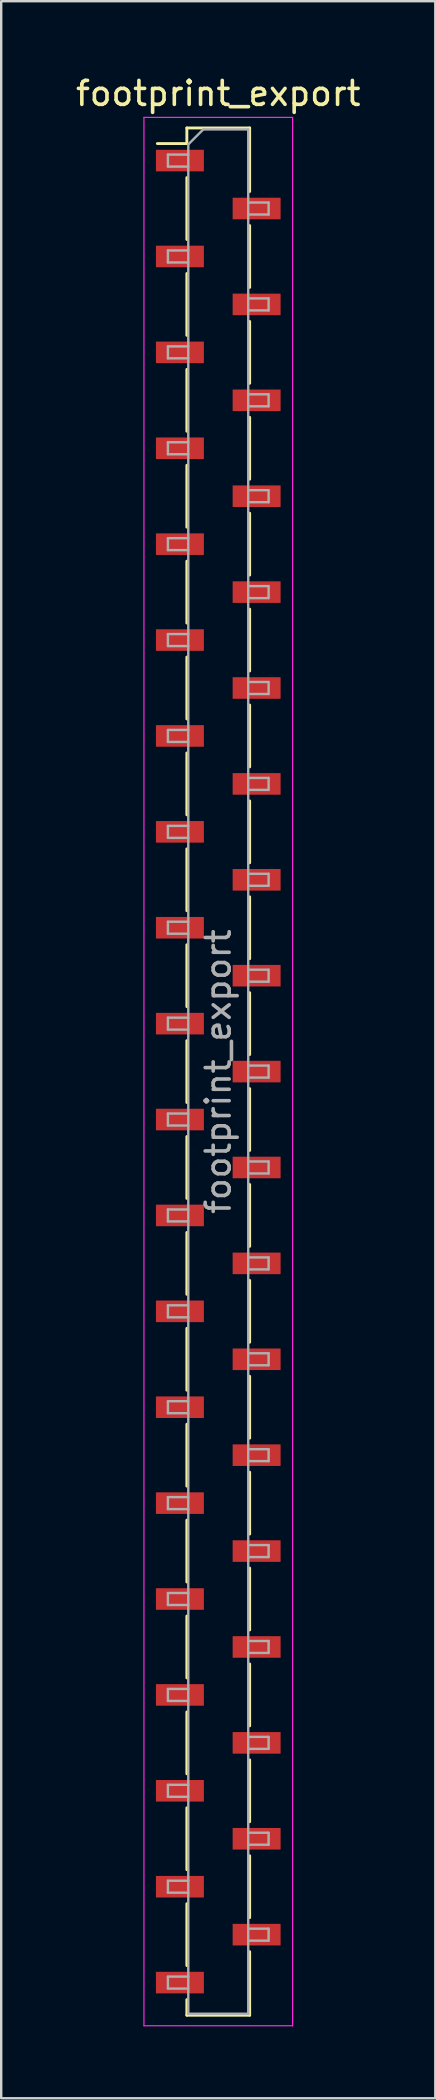
<source format=kicad_pcb>
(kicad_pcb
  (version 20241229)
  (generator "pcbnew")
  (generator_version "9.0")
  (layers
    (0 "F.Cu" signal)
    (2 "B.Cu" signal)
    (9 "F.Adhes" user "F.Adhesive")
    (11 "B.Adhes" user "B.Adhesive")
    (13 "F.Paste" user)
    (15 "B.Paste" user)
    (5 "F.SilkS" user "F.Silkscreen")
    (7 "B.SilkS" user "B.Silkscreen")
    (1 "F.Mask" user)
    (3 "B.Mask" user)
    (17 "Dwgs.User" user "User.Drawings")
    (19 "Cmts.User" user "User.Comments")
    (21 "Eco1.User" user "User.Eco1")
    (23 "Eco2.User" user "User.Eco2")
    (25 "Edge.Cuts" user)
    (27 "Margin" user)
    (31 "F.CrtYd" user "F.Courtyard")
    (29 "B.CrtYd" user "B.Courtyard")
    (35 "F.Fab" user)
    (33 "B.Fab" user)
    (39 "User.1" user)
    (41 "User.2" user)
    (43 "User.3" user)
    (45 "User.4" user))
  (footprint "footprint_export"
    (layer "F.Cu")
    (at 6.054 41.648)
    (property "Reference" "footprint_export" (at 0 -40.8 0) (layer "F.SilkS") (effects (font (size 1 1) (thickness 0.15))))
    (attr smd)
    (fp_line (start -2.54 -38.71) (end -1.31 -38.71) (stroke (width 0.12) (type solid)) (layer "F.SilkS"))
    (fp_line (start -1.31 -39.36) (end -1.31 -38.71) (stroke (width 0.12) (type solid)) (layer "F.SilkS"))
    (fp_line (start -1.31 -39.36) (end 1.31 -39.36) (stroke (width 0.12) (type solid)) (layer "F.SilkS"))
    (fp_line (start -1.31 -37.29) (end -1.31 -34.71) (stroke (width 0.12) (type solid)) (layer "F.SilkS"))
    (fp_line (start -1.31 -33.29) (end -1.31 -30.71) (stroke (width 0.12) (type solid)) (layer "F.SilkS"))
    (fp_line (start -1.31 -29.29) (end -1.31 -26.71) (stroke (width 0.12) (type solid)) (layer "F.SilkS"))
    (fp_line (start -1.31 -25.29) (end -1.31 -22.71) (stroke (width 0.12) (type solid)) (layer "F.SilkS"))
    (fp_line (start -1.31 -21.29) (end -1.31 -18.71) (stroke (width 0.12) (type solid)) (layer "F.SilkS"))
    (fp_line (start -1.31 -17.29) (end -1.31 -14.71) (stroke (width 0.12) (type solid)) (layer "F.SilkS"))
    (fp_line (start -1.31 -13.29) (end -1.31 -10.71) (stroke (width 0.12) (type solid)) (layer "F.SilkS"))
    (fp_line (start -1.31 -9.29) (end -1.31 -6.71) (stroke (width 0.12) (type solid)) (layer "F.SilkS"))
    (fp_line (start -1.31 -5.29) (end -1.31 -2.71) (stroke (width 0.12) (type solid)) (layer "F.SilkS"))
    (fp_line (start -1.31 -1.29) (end -1.31 1.29) (stroke (width 0.12) (type solid)) (layer "F.SilkS"))
    (fp_line (start -1.31 2.71) (end -1.31 5.29) (stroke (width 0.12) (type solid)) (layer "F.SilkS"))
    (fp_line (start -1.31 6.71) (end -1.31 9.29) (stroke (width 0.12) (type solid)) (layer "F.SilkS"))
    (fp_line (start -1.31 10.71) (end -1.31 13.29) (stroke (width 0.12) (type solid)) (layer "F.SilkS"))
    (fp_line (start -1.31 14.71) (end -1.31 17.29) (stroke (width 0.12) (type solid)) (layer "F.SilkS"))
    (fp_line (start -1.31 18.71) (end -1.31 21.29) (stroke (width 0.12) (type solid)) (layer "F.SilkS"))
    (fp_line (start -1.31 22.71) (end -1.31 25.29) (stroke (width 0.12) (type solid)) (layer "F.SilkS"))
    (fp_line (start -1.31 26.71) (end -1.31 29.29) (stroke (width 0.12) (type solid)) (layer "F.SilkS"))
    (fp_line (start -1.31 30.71) (end -1.31 33.29) (stroke (width 0.12) (type solid)) (layer "F.SilkS"))
    (fp_line (start -1.31 34.71) (end -1.31 37.29) (stroke (width 0.12) (type solid)) (layer "F.SilkS"))
    (fp_line (start -1.31 38.71) (end -1.31 39.36) (stroke (width 0.12) (type solid)) (layer "F.SilkS"))
    (fp_line (start -1.31 39.36) (end 1.31 39.36) (stroke (width 0.12) (type solid)) (layer "F.SilkS"))
    (fp_line (start 1.31 -39.36) (end 1.31 -36.71) (stroke (width 0.12) (type solid)) (layer "F.SilkS"))
    (fp_line (start 1.31 -35.29) (end 1.31 -32.71) (stroke (width 0.12) (type solid)) (layer "F.SilkS"))
    (fp_line (start 1.31 -31.29) (end 1.31 -28.71) (stroke (width 0.12) (type solid)) (layer "F.SilkS"))
    (fp_line (start 1.31 -27.29) (end 1.31 -24.71) (stroke (width 0.12) (type solid)) (layer "F.SilkS"))
    (fp_line (start 1.31 -23.29) (end 1.31 -20.71) (stroke (width 0.12) (type solid)) (layer "F.SilkS"))
    (fp_line (start 1.31 -19.29) (end 1.31 -16.71) (stroke (width 0.12) (type solid)) (layer "F.SilkS"))
    (fp_line (start 1.31 -15.29) (end 1.31 -12.71) (stroke (width 0.12) (type solid)) (layer "F.SilkS"))
    (fp_line (start 1.31 -11.29) (end 1.31 -8.71) (stroke (width 0.12) (type solid)) (layer "F.SilkS"))
    (fp_line (start 1.31 -7.29) (end 1.31 -4.71) (stroke (width 0.12) (type solid)) (layer "F.SilkS"))
    (fp_line (start 1.31 -3.29) (end 1.31 -0.71) (stroke (width 0.12) (type solid)) (layer "F.SilkS"))
    (fp_line (start 1.31 0.71) (end 1.31 3.29) (stroke (width 0.12) (type solid)) (layer "F.SilkS"))
    (fp_line (start 1.31 4.71) (end 1.31 7.29) (stroke (width 0.12) (type solid)) (layer "F.SilkS"))
    (fp_line (start 1.31 8.71) (end 1.31 11.29) (stroke (width 0.12) (type solid)) (layer "F.SilkS"))
    (fp_line (start 1.31 12.71) (end 1.31 15.29) (stroke (width 0.12) (type solid)) (layer "F.SilkS"))
    (fp_line (start 1.31 16.71) (end 1.31 19.29) (stroke (width 0.12) (type solid)) (layer "F.SilkS"))
    (fp_line (start 1.31 20.71) (end 1.31 23.29) (stroke (width 0.12) (type solid)) (layer "F.SilkS"))
    (fp_line (start 1.31 24.71) (end 1.31 27.29) (stroke (width 0.12) (type solid)) (layer "F.SilkS"))
    (fp_line (start 1.31 28.71) (end 1.31 31.29) (stroke (width 0.12) (type solid)) (layer "F.SilkS"))
    (fp_line (start 1.31 32.71) (end 1.31 35.29) (stroke (width 0.12) (type solid)) (layer "F.SilkS"))
    (fp_line (start 1.31 36.71) (end 1.31 39.36) (stroke (width 0.12) (type solid)) (layer "F.SilkS"))
    (fp_line (start -3.1 -39.8) (end 3.1 -39.8) (stroke (width 0.05) (type solid)) (layer "F.CrtYd"))
    (fp_line (start -3.1 39.8) (end -3.1 -39.8) (stroke (width 0.05) (type solid)) (layer "F.CrtYd"))
    (fp_line (start 3.1 -39.8) (end 3.1 39.8) (stroke (width 0.05) (type solid)) (layer "F.CrtYd"))
    (fp_line (start 3.1 39.8) (end -3.1 39.8) (stroke (width 0.05) (type solid)) (layer "F.CrtYd"))
    (fp_line (start -2.1 -38.25) (end -1.25 -38.25) (stroke (width 0.1) (type solid)) (layer "F.Fab"))
    (fp_line (start -2.1 -37.75) (end -2.1 -38.25) (stroke (width 0.1) (type solid)) (layer "F.Fab"))
    (fp_line (start -2.1 -34.25) (end -1.25 -34.25) (stroke (width 0.1) (type solid)) (layer "F.Fab"))
    (fp_line (start -2.1 -33.75) (end -2.1 -34.25) (stroke (width 0.1) (type solid)) (layer "F.Fab"))
    (fp_line (start -2.1 -30.25) (end -1.25 -30.25) (stroke (width 0.1) (type solid)) (layer "F.Fab"))
    (fp_line (start -2.1 -29.75) (end -2.1 -30.25) (stroke (width 0.1) (type solid)) (layer "F.Fab"))
    (fp_line (start -2.1 -26.25) (end -1.25 -26.25) (stroke (width 0.1) (type solid)) (layer "F.Fab"))
    (fp_line (start -2.1 -25.75) (end -2.1 -26.25) (stroke (width 0.1) (type solid)) (layer "F.Fab"))
    (fp_line (start -2.1 -22.25) (end -1.25 -22.25) (stroke (width 0.1) (type solid)) (layer "F.Fab"))
    (fp_line (start -2.1 -21.75) (end -2.1 -22.25) (stroke (width 0.1) (type solid)) (layer "F.Fab"))
    (fp_line (start -2.1 -18.25) (end -1.25 -18.25) (stroke (width 0.1) (type solid)) (layer "F.Fab"))
    (fp_line (start -2.1 -17.75) (end -2.1 -18.25) (stroke (width 0.1) (type solid)) (layer "F.Fab"))
    (fp_line (start -2.1 -14.25) (end -1.25 -14.25) (stroke (width 0.1) (type solid)) (layer "F.Fab"))
    (fp_line (start -2.1 -13.75) (end -2.1 -14.25) (stroke (width 0.1) (type solid)) (layer "F.Fab"))
    (fp_line (start -2.1 -10.25) (end -1.25 -10.25) (stroke (width 0.1) (type solid)) (layer "F.Fab"))
    (fp_line (start -2.1 -9.75) (end -2.1 -10.25) (stroke (width 0.1) (type solid)) (layer "F.Fab"))
    (fp_line (start -2.1 -6.25) (end -1.25 -6.25) (stroke (width 0.1) (type solid)) (layer "F.Fab"))
    (fp_line (start -2.1 -5.75) (end -2.1 -6.25) (stroke (width 0.1) (type solid)) (layer "F.Fab"))
    (fp_line (start -2.1 -2.25) (end -1.25 -2.25) (stroke (width 0.1) (type solid)) (layer "F.Fab"))
    (fp_line (start -2.1 -1.75) (end -2.1 -2.25) (stroke (width 0.1) (type solid)) (layer "F.Fab"))
    (fp_line (start -2.1 1.75) (end -1.25 1.75) (stroke (width 0.1) (type solid)) (layer "F.Fab"))
    (fp_line (start -2.1 2.25) (end -2.1 1.75) (stroke (width 0.1) (type solid)) (layer "F.Fab"))
    (fp_line (start -2.1 5.75) (end -1.25 5.75) (stroke (width 0.1) (type solid)) (layer "F.Fab"))
    (fp_line (start -2.1 6.25) (end -2.1 5.75) (stroke (width 0.1) (type solid)) (layer "F.Fab"))
    (fp_line (start -2.1 9.75) (end -1.25 9.75) (stroke (width 0.1) (type solid)) (layer "F.Fab"))
    (fp_line (start -2.1 10.25) (end -2.1 9.75) (stroke (width 0.1) (type solid)) (layer "F.Fab"))
    (fp_line (start -2.1 13.75) (end -1.25 13.75) (stroke (width 0.1) (type solid)) (layer "F.Fab"))
    (fp_line (start -2.1 14.25) (end -2.1 13.75) (stroke (width 0.1) (type solid)) (layer "F.Fab"))
    (fp_line (start -2.1 17.75) (end -1.25 17.75) (stroke (width 0.1) (type solid)) (layer "F.Fab"))
    (fp_line (start -2.1 18.25) (end -2.1 17.75) (stroke (width 0.1) (type solid)) (layer "F.Fab"))
    (fp_line (start -2.1 21.75) (end -1.25 21.75) (stroke (width 0.1) (type solid)) (layer "F.Fab"))
    (fp_line (start -2.1 22.25) (end -2.1 21.75) (stroke (width 0.1) (type solid)) (layer "F.Fab"))
    (fp_line (start -2.1 25.75) (end -1.25 25.75) (stroke (width 0.1) (type solid)) (layer "F.Fab"))
    (fp_line (start -2.1 26.25) (end -2.1 25.75) (stroke (width 0.1) (type solid)) (layer "F.Fab"))
    (fp_line (start -2.1 29.75) (end -1.25 29.75) (stroke (width 0.1) (type solid)) (layer "F.Fab"))
    (fp_line (start -2.1 30.25) (end -2.1 29.75) (stroke (width 0.1) (type solid)) (layer "F.Fab"))
    (fp_line (start -2.1 33.75) (end -1.25 33.75) (stroke (width 0.1) (type solid)) (layer "F.Fab"))
    (fp_line (start -2.1 34.25) (end -2.1 33.75) (stroke (width 0.1) (type solid)) (layer "F.Fab"))
    (fp_line (start -2.1 37.75) (end -1.25 37.75) (stroke (width 0.1) (type solid)) (layer "F.Fab"))
    (fp_line (start -2.1 38.25) (end -2.1 37.75) (stroke (width 0.1) (type solid)) (layer "F.Fab"))
    (fp_line (start -1.25 -38.675) (end -0.625 -39.3) (stroke (width 0.1) (type solid)) (layer "F.Fab"))
    (fp_line (start -1.25 -37.75) (end -2.1 -37.75) (stroke (width 0.1) (type solid)) (layer "F.Fab"))
    (fp_line (start -1.25 -33.75) (end -2.1 -33.75) (stroke (width 0.1) (type solid)) (layer "F.Fab"))
    (fp_line (start -1.25 -29.75) (end -2.1 -29.75) (stroke (width 0.1) (type solid)) (layer "F.Fab"))
    (fp_line (start -1.25 -25.75) (end -2.1 -25.75) (stroke (width 0.1) (type solid)) (layer "F.Fab"))
    (fp_line (start -1.25 -21.75) (end -2.1 -21.75) (stroke (width 0.1) (type solid)) (layer "F.Fab"))
    (fp_line (start -1.25 -17.75) (end -2.1 -17.75) (stroke (width 0.1) (type solid)) (layer "F.Fab"))
    (fp_line (start -1.25 -13.75) (end -2.1 -13.75) (stroke (width 0.1) (type solid)) (layer "F.Fab"))
    (fp_line (start -1.25 -9.75) (end -2.1 -9.75) (stroke (width 0.1) (type solid)) (layer "F.Fab"))
    (fp_line (start -1.25 -5.75) (end -2.1 -5.75) (stroke (width 0.1) (type solid)) (layer "F.Fab"))
    (fp_line (start -1.25 -1.75) (end -2.1 -1.75) (stroke (width 0.1) (type solid)) (layer "F.Fab"))
    (fp_line (start -1.25 2.25) (end -2.1 2.25) (stroke (width 0.1) (type solid)) (layer "F.Fab"))
    (fp_line (start -1.25 6.25) (end -2.1 6.25) (stroke (width 0.1) (type solid)) (layer "F.Fab"))
    (fp_line (start -1.25 10.25) (end -2.1 10.25) (stroke (width 0.1) (type solid)) (layer "F.Fab"))
    (fp_line (start -1.25 14.25) (end -2.1 14.25) (stroke (width 0.1) (type solid)) (layer "F.Fab"))
    (fp_line (start -1.25 18.25) (end -2.1 18.25) (stroke (width 0.1) (type solid)) (layer "F.Fab"))
    (fp_line (start -1.25 22.25) (end -2.1 22.25) (stroke (width 0.1) (type solid)) (layer "F.Fab"))
    (fp_line (start -1.25 26.25) (end -2.1 26.25) (stroke (width 0.1) (type solid)) (layer "F.Fab"))
    (fp_line (start -1.25 30.25) (end -2.1 30.25) (stroke (width 0.1) (type solid)) (layer "F.Fab"))
    (fp_line (start -1.25 34.25) (end -2.1 34.25) (stroke (width 0.1) (type solid)) (layer "F.Fab"))
    (fp_line (start -1.25 38.25) (end -2.1 38.25) (stroke (width 0.1) (type solid)) (layer "F.Fab"))
    (fp_line (start -1.25 39.3) (end -1.25 -38.675) (stroke (width 0.1) (type solid)) (layer "F.Fab"))
    (fp_line (start -0.625 -39.3) (end 1.25 -39.3) (stroke (width 0.1) (type solid)) (layer "F.Fab"))
    (fp_line (start 1.25 -39.3) (end 1.25 39.3) (stroke (width 0.1) (type solid)) (layer "F.Fab"))
    (fp_line (start 1.25 -36.25) (end 2.1 -36.25) (stroke (width 0.1) (type solid)) (layer "F.Fab"))
    (fp_line (start 1.25 -32.25) (end 2.1 -32.25) (stroke (width 0.1) (type solid)) (layer "F.Fab"))
    (fp_line (start 1.25 -28.25) (end 2.1 -28.25) (stroke (width 0.1) (type solid)) (layer "F.Fab"))
    (fp_line (start 1.25 -24.25) (end 2.1 -24.25) (stroke (width 0.1) (type solid)) (layer "F.Fab"))
    (fp_line (start 1.25 -20.25) (end 2.1 -20.25) (stroke (width 0.1) (type solid)) (layer "F.Fab"))
    (fp_line (start 1.25 -16.25) (end 2.1 -16.25) (stroke (width 0.1) (type solid)) (layer "F.Fab"))
    (fp_line (start 1.25 -12.25) (end 2.1 -12.25) (stroke (width 0.1) (type solid)) (layer "F.Fab"))
    (fp_line (start 1.25 -8.25) (end 2.1 -8.25) (stroke (width 0.1) (type solid)) (layer "F.Fab"))
    (fp_line (start 1.25 -4.25) (end 2.1 -4.25) (stroke (width 0.1) (type solid)) (layer "F.Fab"))
    (fp_line (start 1.25 -0.25) (end 2.1 -0.25) (stroke (width 0.1) (type solid)) (layer "F.Fab"))
    (fp_line (start 1.25 3.75) (end 2.1 3.75) (stroke (width 0.1) (type solid)) (layer "F.Fab"))
    (fp_line (start 1.25 7.75) (end 2.1 7.75) (stroke (width 0.1) (type solid)) (layer "F.Fab"))
    (fp_line (start 1.25 11.75) (end 2.1 11.75) (stroke (width 0.1) (type solid)) (layer "F.Fab"))
    (fp_line (start 1.25 15.75) (end 2.1 15.75) (stroke (width 0.1) (type solid)) (layer "F.Fab"))
    (fp_line (start 1.25 19.75) (end 2.1 19.75) (stroke (width 0.1) (type solid)) (layer "F.Fab"))
    (fp_line (start 1.25 23.75) (end 2.1 23.75) (stroke (width 0.1) (type solid)) (layer "F.Fab"))
    (fp_line (start 1.25 27.75) (end 2.1 27.75) (stroke (width 0.1) (type solid)) (layer "F.Fab"))
    (fp_line (start 1.25 31.75) (end 2.1 31.75) (stroke (width 0.1) (type solid)) (layer "F.Fab"))
    (fp_line (start 1.25 35.75) (end 2.1 35.75) (stroke (width 0.1) (type solid)) (layer "F.Fab"))
    (fp_line (start 1.25 39.3) (end -1.25 39.3) (stroke (width 0.1) (type solid)) (layer "F.Fab"))
    (fp_line (start 2.1 -36.25) (end 2.1 -35.75) (stroke (width 0.1) (type solid)) (layer "F.Fab"))
    (fp_line (start 2.1 -35.75) (end 1.25 -35.75) (stroke (width 0.1) (type solid)) (layer "F.Fab"))
    (fp_line (start 2.1 -32.25) (end 2.1 -31.75) (stroke (width 0.1) (type solid)) (layer "F.Fab"))
    (fp_line (start 2.1 -31.75) (end 1.25 -31.75) (stroke (width 0.1) (type solid)) (layer "F.Fab"))
    (fp_line (start 2.1 -28.25) (end 2.1 -27.75) (stroke (width 0.1) (type solid)) (layer "F.Fab"))
    (fp_line (start 2.1 -27.75) (end 1.25 -27.75) (stroke (width 0.1) (type solid)) (layer "F.Fab"))
    (fp_line (start 2.1 -24.25) (end 2.1 -23.75) (stroke (width 0.1) (type solid)) (layer "F.Fab"))
    (fp_line (start 2.1 -23.75) (end 1.25 -23.75) (stroke (width 0.1) (type solid)) (layer "F.Fab"))
    (fp_line (start 2.1 -20.25) (end 2.1 -19.75) (stroke (width 0.1) (type solid)) (layer "F.Fab"))
    (fp_line (start 2.1 -19.75) (end 1.25 -19.75) (stroke (width 0.1) (type solid)) (layer "F.Fab"))
    (fp_line (start 2.1 -16.25) (end 2.1 -15.75) (stroke (width 0.1) (type solid)) (layer "F.Fab"))
    (fp_line (start 2.1 -15.75) (end 1.25 -15.75) (stroke (width 0.1) (type solid)) (layer "F.Fab"))
    (fp_line (start 2.1 -12.25) (end 2.1 -11.75) (stroke (width 0.1) (type solid)) (layer "F.Fab"))
    (fp_line (start 2.1 -11.75) (end 1.25 -11.75) (stroke (width 0.1) (type solid)) (layer "F.Fab"))
    (fp_line (start 2.1 -8.25) (end 2.1 -7.75) (stroke (width 0.1) (type solid)) (layer "F.Fab"))
    (fp_line (start 2.1 -7.75) (end 1.25 -7.75) (stroke (width 0.1) (type solid)) (layer "F.Fab"))
    (fp_line (start 2.1 -4.25) (end 2.1 -3.75) (stroke (width 0.1) (type solid)) (layer "F.Fab"))
    (fp_line (start 2.1 -3.75) (end 1.25 -3.75) (stroke (width 0.1) (type solid)) (layer "F.Fab"))
    (fp_line (start 2.1 -0.25) (end 2.1 0.25) (stroke (width 0.1) (type solid)) (layer "F.Fab"))
    (fp_line (start 2.1 0.25) (end 1.25 0.25) (stroke (width 0.1) (type solid)) (layer "F.Fab"))
    (fp_line (start 2.1 3.75) (end 2.1 4.25) (stroke (width 0.1) (type solid)) (layer "F.Fab"))
    (fp_line (start 2.1 4.25) (end 1.25 4.25) (stroke (width 0.1) (type solid)) (layer "F.Fab"))
    (fp_line (start 2.1 7.75) (end 2.1 8.25) (stroke (width 0.1) (type solid)) (layer "F.Fab"))
    (fp_line (start 2.1 8.25) (end 1.25 8.25) (stroke (width 0.1) (type solid)) (layer "F.Fab"))
    (fp_line (start 2.1 11.75) (end 2.1 12.25) (stroke (width 0.1) (type solid)) (layer "F.Fab"))
    (fp_line (start 2.1 12.25) (end 1.25 12.25) (stroke (width 0.1) (type solid)) (layer "F.Fab"))
    (fp_line (start 2.1 15.75) (end 2.1 16.25) (stroke (width 0.1) (type solid)) (layer "F.Fab"))
    (fp_line (start 2.1 16.25) (end 1.25 16.25) (stroke (width 0.1) (type solid)) (layer "F.Fab"))
    (fp_line (start 2.1 19.75) (end 2.1 20.25) (stroke (width 0.1) (type solid)) (layer "F.Fab"))
    (fp_line (start 2.1 20.25) (end 1.25 20.25) (stroke (width 0.1) (type solid)) (layer "F.Fab"))
    (fp_line (start 2.1 23.75) (end 2.1 24.25) (stroke (width 0.1) (type solid)) (layer "F.Fab"))
    (fp_line (start 2.1 24.25) (end 1.25 24.25) (stroke (width 0.1) (type solid)) (layer "F.Fab"))
    (fp_line (start 2.1 27.75) (end 2.1 28.25) (stroke (width 0.1) (type solid)) (layer "F.Fab"))
    (fp_line (start 2.1 28.25) (end 1.25 28.25) (stroke (width 0.1) (type solid)) (layer "F.Fab"))
    (fp_line (start 2.1 31.75) (end 2.1 32.25) (stroke (width 0.1) (type solid)) (layer "F.Fab"))
    (fp_line (start 2.1 32.25) (end 1.25 32.25) (stroke (width 0.1) (type solid)) (layer "F.Fab"))
    (fp_line (start 2.1 35.75) (end 2.1 36.25) (stroke (width 0.1) (type solid)) (layer "F.Fab"))
    (fp_line (start 2.1 36.25) (end 1.25 36.25) (stroke (width 0.1) (type solid)) (layer "F.Fab"))
    (fp_text user "${REFERENCE}" (at 0 0 90) (layer "F.Fab") (effects (font (size 1 1) (thickness 0.15))))
    (pad "1" smd rect (at -1.6 -38) (size 2 0.9) (layers "F.Cu" "F.Mask" "F.Paste"))
    (pad "2" smd rect (at 1.6 -36) (size 2 0.9) (layers "F.Cu" "F.Mask" "F.Paste"))
    (pad "3" smd rect (at -1.6 -34) (size 2 0.9) (layers "F.Cu" "F.Mask" "F.Paste"))
    (pad "4" smd rect (at 1.6 -32) (size 2 0.9) (layers "F.Cu" "F.Mask" "F.Paste"))
    (pad "5" smd rect (at -1.6 -30) (size 2 0.9) (layers "F.Cu" "F.Mask" "F.Paste"))
    (pad "6" smd rect (at 1.6 -28) (size 2 0.9) (layers "F.Cu" "F.Mask" "F.Paste"))
    (pad "7" smd rect (at -1.6 -26) (size 2 0.9) (layers "F.Cu" "F.Mask" "F.Paste"))
    (pad "8" smd rect (at 1.6 -24) (size 2 0.9) (layers "F.Cu" "F.Mask" "F.Paste"))
    (pad "9" smd rect (at -1.6 -22) (size 2 0.9) (layers "F.Cu" "F.Mask" "F.Paste"))
    (pad "10" smd rect (at 1.6 -20) (size 2 0.9) (layers "F.Cu" "F.Mask" "F.Paste"))
    (pad "11" smd rect (at -1.6 -18) (size 2 0.9) (layers "F.Cu" "F.Mask" "F.Paste"))
    (pad "12" smd rect (at 1.6 -16) (size 2 0.9) (layers "F.Cu" "F.Mask" "F.Paste"))
    (pad "13" smd rect (at -1.6 -14) (size 2 0.9) (layers "F.Cu" "F.Mask" "F.Paste"))
    (pad "14" smd rect (at 1.6 -12) (size 2 0.9) (layers "F.Cu" "F.Mask" "F.Paste"))
    (pad "15" smd rect (at -1.6 -10) (size 2 0.9) (layers "F.Cu" "F.Mask" "F.Paste"))
    (pad "16" smd rect (at 1.6 -8) (size 2 0.9) (layers "F.Cu" "F.Mask" "F.Paste"))
    (pad "17" smd rect (at -1.6 -6) (size 2 0.9) (layers "F.Cu" "F.Mask" "F.Paste"))
    (pad "18" smd rect (at 1.6 -4) (size 2 0.9) (layers "F.Cu" "F.Mask" "F.Paste"))
    (pad "19" smd rect (at -1.6 -2) (size 2 0.9) (layers "F.Cu" "F.Mask" "F.Paste"))
    (pad "20" smd rect (at 1.6 0) (size 2 0.9) (layers "F.Cu" "F.Mask" "F.Paste"))
    (pad "21" smd rect (at -1.6 2) (size 2 0.9) (layers "F.Cu" "F.Mask" "F.Paste"))
    (pad "22" smd rect (at 1.6 4) (size 2 0.9) (layers "F.Cu" "F.Mask" "F.Paste"))
    (pad "23" smd rect (at -1.6 6) (size 2 0.9) (layers "F.Cu" "F.Mask" "F.Paste"))
    (pad "24" smd rect (at 1.6 8) (size 2 0.9) (layers "F.Cu" "F.Mask" "F.Paste"))
    (pad "25" smd rect (at -1.6 10) (size 2 0.9) (layers "F.Cu" "F.Mask" "F.Paste"))
    (pad "26" smd rect (at 1.6 12) (size 2 0.9) (layers "F.Cu" "F.Mask" "F.Paste"))
    (pad "27" smd rect (at -1.6 14) (size 2 0.9) (layers "F.Cu" "F.Mask" "F.Paste"))
    (pad "28" smd rect (at 1.6 16) (size 2 0.9) (layers "F.Cu" "F.Mask" "F.Paste"))
    (pad "29" smd rect (at -1.6 18) (size 2 0.9) (layers "F.Cu" "F.Mask" "F.Paste"))
    (pad "30" smd rect (at 1.6 20) (size 2 0.9) (layers "F.Cu" "F.Mask" "F.Paste"))
    (pad "31" smd rect (at -1.6 22) (size 2 0.9) (layers "F.Cu" "F.Mask" "F.Paste"))
    (pad "32" smd rect (at 1.6 24) (size 2 0.9) (layers "F.Cu" "F.Mask" "F.Paste"))
    (pad "33" smd rect (at -1.6 26) (size 2 0.9) (layers "F.Cu" "F.Mask" "F.Paste"))
    (pad "34" smd rect (at 1.6 28) (size 2 0.9) (layers "F.Cu" "F.Mask" "F.Paste"))
    (pad "35" smd rect (at -1.6 30) (size 2 0.9) (layers "F.Cu" "F.Mask" "F.Paste"))
    (pad "36" smd rect (at 1.6 32) (size 2 0.9) (layers "F.Cu" "F.Mask" "F.Paste"))
    (pad "37" smd rect (at -1.6 34) (size 2 0.9) (layers "F.Cu" "F.Mask" "F.Paste"))
    (pad "38" smd rect (at 1.6 36) (size 2 0.9) (layers "F.Cu" "F.Mask" "F.Paste"))
    (pad "39" smd rect (at -1.6 38) (size 2 0.9) (layers "F.Cu" "F.Mask" "F.Paste")))
  (gr_rect
    (start -3 -3)
    (end 15.107 84.473)
    (stroke (width 0.1) (type default))
    (fill no)
    (layer "Edge.Cuts")))
</source>
